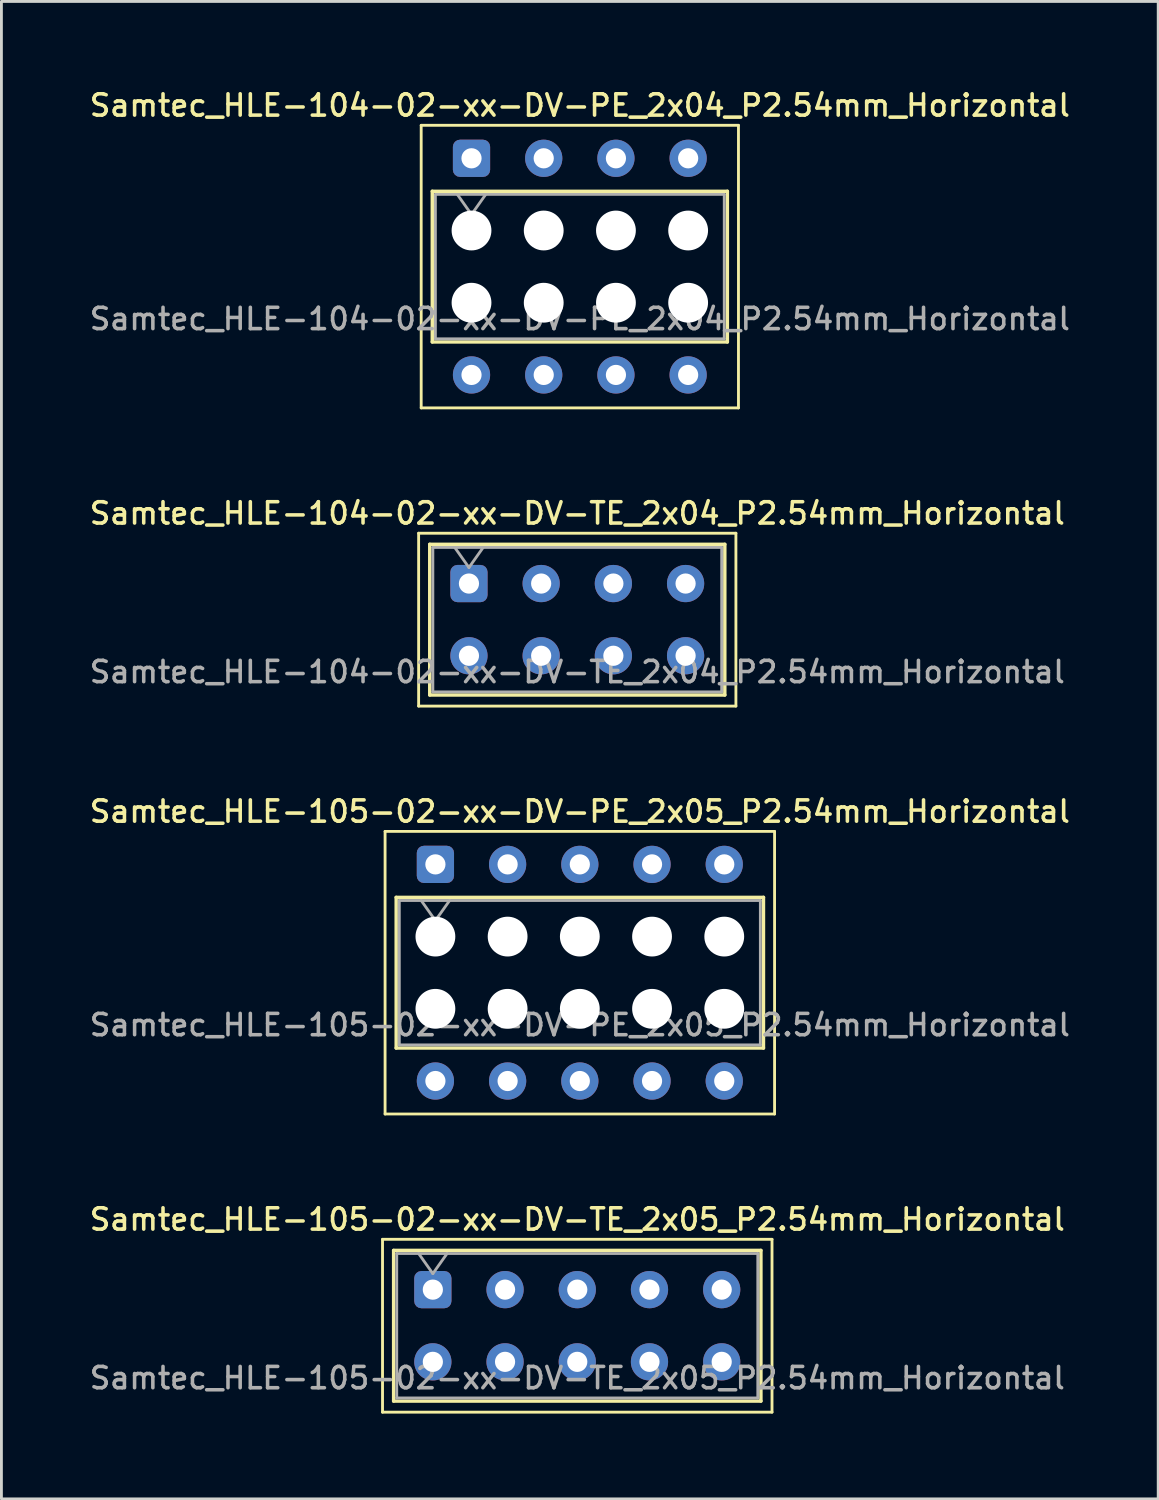
<source format=kicad_pcb>
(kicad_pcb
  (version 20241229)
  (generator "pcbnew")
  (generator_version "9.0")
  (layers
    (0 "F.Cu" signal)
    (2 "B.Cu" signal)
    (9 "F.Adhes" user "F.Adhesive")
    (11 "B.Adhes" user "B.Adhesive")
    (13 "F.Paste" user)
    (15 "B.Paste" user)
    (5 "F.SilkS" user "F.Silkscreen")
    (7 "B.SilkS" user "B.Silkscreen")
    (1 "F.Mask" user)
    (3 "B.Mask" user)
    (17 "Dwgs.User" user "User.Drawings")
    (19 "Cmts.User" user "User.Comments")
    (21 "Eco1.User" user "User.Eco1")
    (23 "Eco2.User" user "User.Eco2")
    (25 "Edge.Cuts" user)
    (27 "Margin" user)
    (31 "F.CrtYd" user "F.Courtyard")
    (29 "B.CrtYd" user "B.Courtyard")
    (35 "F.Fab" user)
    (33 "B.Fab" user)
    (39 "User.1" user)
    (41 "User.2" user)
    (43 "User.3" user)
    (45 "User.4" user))
  (footprint "Samtec_HLE-104-02-xx-DV-PE_2x04_P2.54mm_Horizontal"
    (layer "F.Cu")
    (at 13.535 2.518)
    (property "Reference" "Samtec_HLE-104-02-xx-DV-PE_2x04_P2.54mm_Horizontal" (at 3.81 -1.86 0) (layer "F.SilkS") (effects (font (size 0.75 0.75) (thickness 0.125))))
    (attr through_hole)
    (fp_line (start -1.77 -1.16) (end 9.39 -1.16) (stroke (width 0.1) (type solid)) (layer "F.SilkS"))
    (fp_line (start -1.77 8.78) (end -1.77 -1.16) (stroke (width 0.1) (type solid)) (layer "F.SilkS"))
    (fp_line (start -1.38 1.16) (end 9 1.16) (stroke (width 0.12) (type solid)) (layer "F.SilkS"))
    (fp_line (start -1.38 6.46) (end -1.38 1.16) (stroke (width 0.12) (type solid)) (layer "F.SilkS"))
    (fp_line (start 9 1.16) (end 9 6.46) (stroke (width 0.12) (type solid)) (layer "F.SilkS"))
    (fp_line (start 9 6.46) (end -1.38 6.46) (stroke (width 0.12) (type solid)) (layer "F.SilkS"))
    (fp_line (start 9.39 -1.16) (end 9.39 8.78) (stroke (width 0.1) (type solid)) (layer "F.SilkS"))
    (fp_line (start 9.39 8.78) (end -1.77 8.78) (stroke (width 0.1) (type solid)) (layer "F.SilkS"))
    (fp_line (start -1.27 1.27) (end 8.89 1.27) (stroke (width 0.1) (type solid)) (layer "F.Fab"))
    (fp_line (start -1.27 6.35) (end -1.27 1.27) (stroke (width 0.1) (type solid)) (layer "F.Fab"))
    (fp_line (start -0.5 1.27) (end 0 1.977) (stroke (width 0.1) (type solid)) (layer "F.Fab"))
    (fp_line (start 0 1.977) (end 0.5 1.27) (stroke (width 0.1) (type solid)) (layer "F.Fab"))
    (fp_line (start 8.89 1.27) (end 8.89 6.35) (stroke (width 0.1) (type solid)) (layer "F.Fab"))
    (fp_line (start 8.89 6.35) (end -1.27 6.35) (stroke (width 0.1) (type solid)) (layer "F.Fab"))
    (fp_text user "${REFERENCE}" (at 3.81 5.65 0) (layer "F.Fab") (effects (font (size 0.75 0.75) (thickness 0.125))))
    (pad "" np_thru_hole circle (at 0 2.54) (size 1.4 1.4) (drill 1.4) (layers "*.Cu" "*.Mask"))
    (pad "" np_thru_hole circle (at 0 5.08) (size 1.4 1.4) (drill 1.4) (layers "*.Cu" "*.Mask"))
    (pad "" np_thru_hole circle (at 2.54 2.54) (size 1.4 1.4) (drill 1.4) (layers "*.Cu" "*.Mask"))
    (pad "" np_thru_hole circle (at 2.54 5.08) (size 1.4 1.4) (drill 1.4) (layers "*.Cu" "*.Mask"))
    (pad "" np_thru_hole circle (at 5.08 2.54) (size 1.4 1.4) (drill 1.4) (layers "*.Cu" "*.Mask"))
    (pad "" np_thru_hole circle (at 5.08 5.08) (size 1.4 1.4) (drill 1.4) (layers "*.Cu" "*.Mask"))
    (pad "" np_thru_hole circle (at 7.62 2.54) (size 1.4 1.4) (drill 1.4) (layers "*.Cu" "*.Mask"))
    (pad "" np_thru_hole circle (at 7.62 5.08) (size 1.4 1.4) (drill 1.4) (layers "*.Cu" "*.Mask"))
    (pad "1" thru_hole roundrect (at 0 0) (size 1.31 1.31) (drill 0.71) (layers "*.Cu" "*.Mask") (roundrect_rratio 0.191))
    (pad "2" thru_hole circle (at 0 7.62) (size 1.31 1.31) (drill 0.71) (layers "*.Cu" "*.Mask"))
    (pad "3" thru_hole circle (at 2.54 0) (size 1.31 1.31) (drill 0.71) (layers "*.Cu" "*.Mask"))
    (pad "4" thru_hole circle (at 2.54 7.62) (size 1.31 1.31) (drill 0.71) (layers "*.Cu" "*.Mask"))
    (pad "5" thru_hole circle (at 5.08 0) (size 1.31 1.31) (drill 0.71) (layers "*.Cu" "*.Mask"))
    (pad "6" thru_hole circle (at 5.08 7.62) (size 1.31 1.31) (drill 0.71) (layers "*.Cu" "*.Mask"))
    (pad "7" thru_hole circle (at 7.62 0) (size 1.31 1.31) (drill 0.71) (layers "*.Cu" "*.Mask"))
    (pad "8" thru_hole circle (at 7.62 7.62) (size 1.31 1.31) (drill 0.71) (layers "*.Cu" "*.Mask")))
  (footprint "Samtec_HLE-105-02-xx-DV-PE_2x05_P2.54mm_Horizontal"
    (layer "F.Cu")
    (at 12.265 27.354)
    (property "Reference" "Samtec_HLE-105-02-xx-DV-PE_2x05_P2.54mm_Horizontal" (at 5.08 -1.86 0) (layer "F.SilkS") (effects (font (size 0.75 0.75) (thickness 0.125))))
    (attr through_hole)
    (fp_line (start -1.77 -1.16) (end 11.93 -1.16) (stroke (width 0.1) (type solid)) (layer "F.SilkS"))
    (fp_line (start -1.77 8.78) (end -1.77 -1.16) (stroke (width 0.1) (type solid)) (layer "F.SilkS"))
    (fp_line (start -1.38 1.16) (end 11.54 1.16) (stroke (width 0.12) (type solid)) (layer "F.SilkS"))
    (fp_line (start -1.38 6.46) (end -1.38 1.16) (stroke (width 0.12) (type solid)) (layer "F.SilkS"))
    (fp_line (start 11.54 1.16) (end 11.54 6.46) (stroke (width 0.12) (type solid)) (layer "F.SilkS"))
    (fp_line (start 11.54 6.46) (end -1.38 6.46) (stroke (width 0.12) (type solid)) (layer "F.SilkS"))
    (fp_line (start 11.93 -1.16) (end 11.93 8.78) (stroke (width 0.1) (type solid)) (layer "F.SilkS"))
    (fp_line (start 11.93 8.78) (end -1.77 8.78) (stroke (width 0.1) (type solid)) (layer "F.SilkS"))
    (fp_line (start -1.27 1.27) (end 11.43 1.27) (stroke (width 0.1) (type solid)) (layer "F.Fab"))
    (fp_line (start -1.27 6.35) (end -1.27 1.27) (stroke (width 0.1) (type solid)) (layer "F.Fab"))
    (fp_line (start -0.5 1.27) (end 0 1.977) (stroke (width 0.1) (type solid)) (layer "F.Fab"))
    (fp_line (start 0 1.977) (end 0.5 1.27) (stroke (width 0.1) (type solid)) (layer "F.Fab"))
    (fp_line (start 11.43 1.27) (end 11.43 6.35) (stroke (width 0.1) (type solid)) (layer "F.Fab"))
    (fp_line (start 11.43 6.35) (end -1.27 6.35) (stroke (width 0.1) (type solid)) (layer "F.Fab"))
    (fp_text user "${REFERENCE}" (at 5.08 5.65 0) (layer "F.Fab") (effects (font (size 0.75 0.75) (thickness 0.125))))
    (pad "" np_thru_hole circle (at 0 2.54) (size 1.4 1.4) (drill 1.4) (layers "*.Cu" "*.Mask"))
    (pad "" np_thru_hole circle (at 0 5.08) (size 1.4 1.4) (drill 1.4) (layers "*.Cu" "*.Mask"))
    (pad "" np_thru_hole circle (at 2.54 2.54) (size 1.4 1.4) (drill 1.4) (layers "*.Cu" "*.Mask"))
    (pad "" np_thru_hole circle (at 2.54 5.08) (size 1.4 1.4) (drill 1.4) (layers "*.Cu" "*.Mask"))
    (pad "" np_thru_hole circle (at 5.08 2.54) (size 1.4 1.4) (drill 1.4) (layers "*.Cu" "*.Mask"))
    (pad "" np_thru_hole circle (at 5.08 5.08) (size 1.4 1.4) (drill 1.4) (layers "*.Cu" "*.Mask"))
    (pad "" np_thru_hole circle (at 7.62 2.54) (size 1.4 1.4) (drill 1.4) (layers "*.Cu" "*.Mask"))
    (pad "" np_thru_hole circle (at 7.62 5.08) (size 1.4 1.4) (drill 1.4) (layers "*.Cu" "*.Mask"))
    (pad "" np_thru_hole circle (at 10.16 2.54) (size 1.4 1.4) (drill 1.4) (layers "*.Cu" "*.Mask"))
    (pad "" np_thru_hole circle (at 10.16 5.08) (size 1.4 1.4) (drill 1.4) (layers "*.Cu" "*.Mask"))
    (pad "1" thru_hole roundrect (at 0 0) (size 1.31 1.31) (drill 0.71) (layers "*.Cu" "*.Mask") (roundrect_rratio 0.191))
    (pad "2" thru_hole circle (at 0 7.62) (size 1.31 1.31) (drill 0.71) (layers "*.Cu" "*.Mask"))
    (pad "3" thru_hole circle (at 2.54 0) (size 1.31 1.31) (drill 0.71) (layers "*.Cu" "*.Mask"))
    (pad "4" thru_hole circle (at 2.54 7.62) (size 1.31 1.31) (drill 0.71) (layers "*.Cu" "*.Mask"))
    (pad "5" thru_hole circle (at 5.08 0) (size 1.31 1.31) (drill 0.71) (layers "*.Cu" "*.Mask"))
    (pad "6" thru_hole circle (at 5.08 7.62) (size 1.31 1.31) (drill 0.71) (layers "*.Cu" "*.Mask"))
    (pad "7" thru_hole circle (at 7.62 0) (size 1.31 1.31) (drill 0.71) (layers "*.Cu" "*.Mask"))
    (pad "8" thru_hole circle (at 7.62 7.62) (size 1.31 1.31) (drill 0.71) (layers "*.Cu" "*.Mask"))
    (pad "9" thru_hole circle (at 10.16 0) (size 1.31 1.31) (drill 0.71) (layers "*.Cu" "*.Mask"))
    (pad "10" thru_hole circle (at 10.16 7.62) (size 1.31 1.31) (drill 0.71) (layers "*.Cu" "*.Mask")))
  (footprint "Samtec_HLE-104-02-xx-DV-TE_2x04_P2.54mm_Horizontal"
    (layer "F.Cu")
    (at 13.445 17.476)
    (property "Reference" "Samtec_HLE-104-02-xx-DV-TE_2x04_P2.54mm_Horizontal" (at 3.81 -2.47 0) (layer "F.SilkS") (effects (font (size 0.75 0.75) (thickness 0.125))))
    (attr through_hole)
    (fp_line (start -1.77 -1.77) (end 9.39 -1.77) (stroke (width 0.1) (type solid)) (layer "F.SilkS"))
    (fp_line (start -1.77 4.31) (end -1.77 -1.77) (stroke (width 0.1) (type solid)) (layer "F.SilkS"))
    (fp_line (start -1.38 -1.38) (end 9 -1.38) (stroke (width 0.12) (type solid)) (layer "F.SilkS"))
    (fp_line (start -1.38 3.92) (end -1.38 -1.38) (stroke (width 0.12) (type solid)) (layer "F.SilkS"))
    (fp_line (start 9 -1.38) (end 9 3.92) (stroke (width 0.12) (type solid)) (layer "F.SilkS"))
    (fp_line (start 9 3.92) (end -1.38 3.92) (stroke (width 0.12) (type solid)) (layer "F.SilkS"))
    (fp_line (start 9.39 -1.77) (end 9.39 4.31) (stroke (width 0.1) (type solid)) (layer "F.SilkS"))
    (fp_line (start 9.39 4.31) (end -1.77 4.31) (stroke (width 0.1) (type solid)) (layer "F.SilkS"))
    (fp_line (start -1.27 -1.27) (end 8.89 -1.27) (stroke (width 0.1) (type solid)) (layer "F.Fab"))
    (fp_line (start -1.27 3.81) (end -1.27 -1.27) (stroke (width 0.1) (type solid)) (layer "F.Fab"))
    (fp_line (start -0.5 -1.27) (end 0 -0.563) (stroke (width 0.1) (type solid)) (layer "F.Fab"))
    (fp_line (start 0 -0.563) (end 0.5 -1.27) (stroke (width 0.1) (type solid)) (layer "F.Fab"))
    (fp_line (start 8.89 -1.27) (end 8.89 3.81) (stroke (width 0.1) (type solid)) (layer "F.Fab"))
    (fp_line (start 8.89 3.81) (end -1.27 3.81) (stroke (width 0.1) (type solid)) (layer "F.Fab"))
    (fp_text user "${REFERENCE}" (at 3.81 3.11 0) (layer "F.Fab") (effects (font (size 0.75 0.75) (thickness 0.125))))
    (pad "1" thru_hole roundrect (at 0 0) (size 1.31 1.31) (drill 0.71) (layers "*.Cu" "*.Mask") (roundrect_rratio 0.191))
    (pad "2" thru_hole circle (at 0 2.54) (size 1.31 1.31) (drill 0.71) (layers "*.Cu" "*.Mask"))
    (pad "3" thru_hole circle (at 2.54 0) (size 1.31 1.31) (drill 0.71) (layers "*.Cu" "*.Mask"))
    (pad "4" thru_hole circle (at 2.54 2.54) (size 1.31 1.31) (drill 0.71) (layers "*.Cu" "*.Mask"))
    (pad "5" thru_hole circle (at 5.08 0) (size 1.31 1.31) (drill 0.71) (layers "*.Cu" "*.Mask"))
    (pad "6" thru_hole circle (at 5.08 2.54) (size 1.31 1.31) (drill 0.71) (layers "*.Cu" "*.Mask"))
    (pad "7" thru_hole circle (at 7.62 0) (size 1.31 1.31) (drill 0.71) (layers "*.Cu" "*.Mask"))
    (pad "8" thru_hole circle (at 7.62 2.54) (size 1.31 1.31) (drill 0.71) (layers "*.Cu" "*.Mask")))
  (footprint "Samtec_HLE-105-02-xx-DV-TE_2x05_P2.54mm_Horizontal"
    (layer "F.Cu")
    (at 12.175 42.312)
    (property "Reference" "Samtec_HLE-105-02-xx-DV-TE_2x05_P2.54mm_Horizontal" (at 5.08 -2.47 0) (layer "F.SilkS") (effects (font (size 0.75 0.75) (thickness 0.125))))
    (attr through_hole)
    (fp_line (start -1.77 -1.77) (end 11.93 -1.77) (stroke (width 0.1) (type solid)) (layer "F.SilkS"))
    (fp_line (start -1.77 4.31) (end -1.77 -1.77) (stroke (width 0.1) (type solid)) (layer "F.SilkS"))
    (fp_line (start -1.38 -1.38) (end 11.54 -1.38) (stroke (width 0.12) (type solid)) (layer "F.SilkS"))
    (fp_line (start -1.38 3.92) (end -1.38 -1.38) (stroke (width 0.12) (type solid)) (layer "F.SilkS"))
    (fp_line (start 11.54 -1.38) (end 11.54 3.92) (stroke (width 0.12) (type solid)) (layer "F.SilkS"))
    (fp_line (start 11.54 3.92) (end -1.38 3.92) (stroke (width 0.12) (type solid)) (layer "F.SilkS"))
    (fp_line (start 11.93 -1.77) (end 11.93 4.31) (stroke (width 0.1) (type solid)) (layer "F.SilkS"))
    (fp_line (start 11.93 4.31) (end -1.77 4.31) (stroke (width 0.1) (type solid)) (layer "F.SilkS"))
    (fp_line (start -1.27 -1.27) (end 11.43 -1.27) (stroke (width 0.1) (type solid)) (layer "F.Fab"))
    (fp_line (start -1.27 3.81) (end -1.27 -1.27) (stroke (width 0.1) (type solid)) (layer "F.Fab"))
    (fp_line (start -0.5 -1.27) (end 0 -0.563) (stroke (width 0.1) (type solid)) (layer "F.Fab"))
    (fp_line (start 0 -0.563) (end 0.5 -1.27) (stroke (width 0.1) (type solid)) (layer "F.Fab"))
    (fp_line (start 11.43 -1.27) (end 11.43 3.81) (stroke (width 0.1) (type solid)) (layer "F.Fab"))
    (fp_line (start 11.43 3.81) (end -1.27 3.81) (stroke (width 0.1) (type solid)) (layer "F.Fab"))
    (fp_text user "${REFERENCE}" (at 5.08 3.11 0) (layer "F.Fab") (effects (font (size 0.75 0.75) (thickness 0.125))))
    (pad "1" thru_hole roundrect (at 0 0) (size 1.31 1.31) (drill 0.71) (layers "*.Cu" "*.Mask") (roundrect_rratio 0.191))
    (pad "2" thru_hole circle (at 0 2.54) (size 1.31 1.31) (drill 0.71) (layers "*.Cu" "*.Mask"))
    (pad "3" thru_hole circle (at 2.54 0) (size 1.31 1.31) (drill 0.71) (layers "*.Cu" "*.Mask"))
    (pad "4" thru_hole circle (at 2.54 2.54) (size 1.31 1.31) (drill 0.71) (layers "*.Cu" "*.Mask"))
    (pad "5" thru_hole circle (at 5.08 0) (size 1.31 1.31) (drill 0.71) (layers "*.Cu" "*.Mask"))
    (pad "6" thru_hole circle (at 5.08 2.54) (size 1.31 1.31) (drill 0.71) (layers "*.Cu" "*.Mask"))
    (pad "7" thru_hole circle (at 7.62 0) (size 1.31 1.31) (drill 0.71) (layers "*.Cu" "*.Mask"))
    (pad "8" thru_hole circle (at 7.62 2.54) (size 1.31 1.31) (drill 0.71) (layers "*.Cu" "*.Mask"))
    (pad "9" thru_hole circle (at 10.16 0) (size 1.31 1.31) (drill 0.71) (layers "*.Cu" "*.Mask"))
    (pad "10" thru_hole circle (at 10.16 2.54) (size 1.31 1.31) (drill 0.71) (layers "*.Cu" "*.Mask")))
  (gr_rect
    (start -3 -3)
    (end 37.689 49.672)
    (stroke (width 0.1) (type default))
    (fill no)
    (layer "Edge.Cuts")))
</source>
